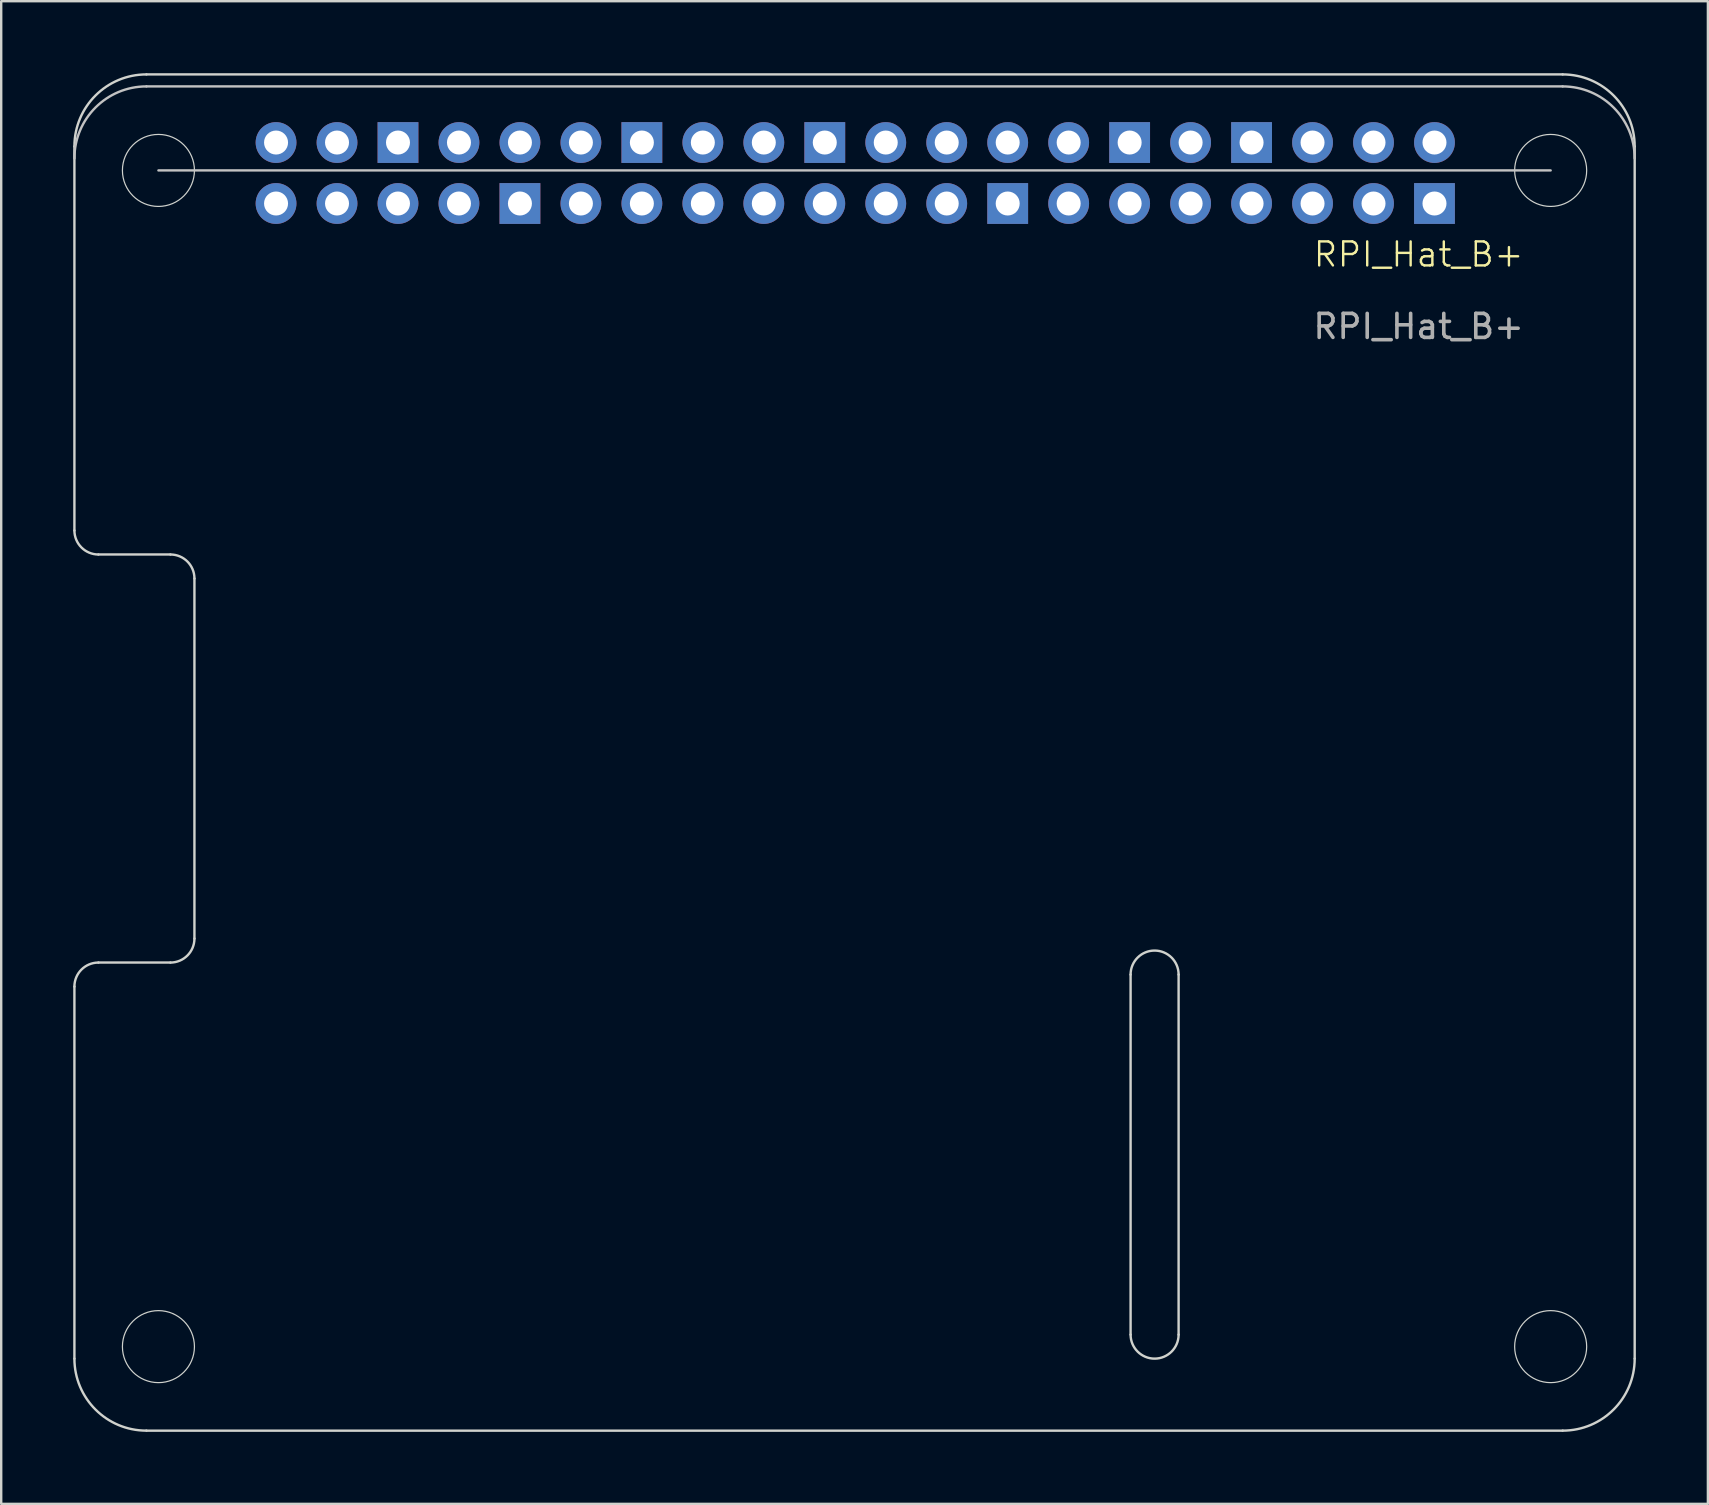
<source format=kicad_pcb>
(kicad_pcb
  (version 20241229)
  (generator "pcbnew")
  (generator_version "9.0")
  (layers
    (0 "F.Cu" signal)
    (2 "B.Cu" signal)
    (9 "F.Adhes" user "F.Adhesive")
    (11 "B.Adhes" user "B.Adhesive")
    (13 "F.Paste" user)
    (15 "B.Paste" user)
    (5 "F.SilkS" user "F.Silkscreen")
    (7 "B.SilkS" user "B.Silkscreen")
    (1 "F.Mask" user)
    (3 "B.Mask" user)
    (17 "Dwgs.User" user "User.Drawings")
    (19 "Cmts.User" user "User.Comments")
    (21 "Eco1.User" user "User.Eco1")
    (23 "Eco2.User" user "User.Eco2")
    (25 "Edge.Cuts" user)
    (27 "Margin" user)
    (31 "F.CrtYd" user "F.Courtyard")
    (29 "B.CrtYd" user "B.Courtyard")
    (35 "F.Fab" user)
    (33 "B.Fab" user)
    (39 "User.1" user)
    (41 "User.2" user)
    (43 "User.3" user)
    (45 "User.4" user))
  (footprint "RPI_Hat_B+"
    (layer "F.Cu")
    (at 32.55 4.05)
    (property "Reference" "RPI_Hat_B+" (at 23.5 3.5 0) (unlocked yes) (layer "F.SilkS") (effects (font (size 1 1) (thickness 0.1))))
    (attr through_hole)
    (fp_line (start -29.5 -3.5) (end 29.5 -3.5) (stroke (width 0.1) (type solid)) (layer "Dwgs.User"))
    (fp_line (start -29 0) (end 29 0) (stroke (width 0.1) (type default)) (layer "Dwgs.User"))
    (fp_arc (start -32.5 -0.5) (mid -31.62132 -2.62132) (end -29.5 -3.5) (stroke (width 0.1) (type solid)) (layer "Dwgs.User"))
    (fp_arc (start 29.5 -3.5) (mid 31.62132 -2.62132) (end 32.5 -0.5) (stroke (width 0.1) (type solid)) (layer "Dwgs.User"))
    (fp_line (start -32.5 -1) (end -32.5 15) (stroke (width 0.1) (type solid)) (layer "Edge.Cuts"))
    (fp_line (start -32.5 34) (end -32.5 49.5) (stroke (width 0.1) (type solid)) (layer "Edge.Cuts"))
    (fp_line (start -31.5 16) (end -28.5 16) (stroke (width 0.1) (type solid)) (layer "Edge.Cuts"))
    (fp_line (start -31.5 33) (end -28.5 33) (stroke (width 0.1) (type solid)) (layer "Edge.Cuts"))
    (fp_line (start -29.5 -4) (end 29.5 -4) (stroke (width 0.1) (type solid)) (layer "Edge.Cuts"))
    (fp_line (start -29.5 52.5) (end 29.5 52.5) (stroke (width 0.1) (type solid)) (layer "Edge.Cuts"))
    (fp_line (start -27.5 17) (end -27.5 32) (stroke (width 0.1) (type solid)) (layer "Edge.Cuts"))
    (fp_line (start 11.5 33.5) (end 11.5 48.5) (stroke (width 0.1) (type solid)) (layer "Edge.Cuts"))
    (fp_line (start 13.5 33.5) (end 13.5 48.5) (stroke (width 0.1) (type solid)) (layer "Edge.Cuts"))
    (fp_line (start 32.5 -1) (end 32.5 49.5) (stroke (width 0.1) (type solid)) (layer "Edge.Cuts"))
    (fp_arc (start -32.5 -1) (mid -31.62132 -3.12132) (end -29.5 -4) (stroke (width 0.1) (type solid)) (layer "Edge.Cuts"))
    (fp_arc (start -32.5 34) (mid -32.207107 33.292893) (end -31.5 33) (stroke (width 0.1) (type solid)) (layer "Edge.Cuts"))
    (fp_arc (start -31.5 16) (mid -32.207107 15.707107) (end -32.5 15) (stroke (width 0.1) (type solid)) (layer "Edge.Cuts"))
    (fp_arc (start -29.5 52.5) (mid -31.62132 51.62132) (end -32.5 49.5) (stroke (width 0.1) (type solid)) (layer "Edge.Cuts"))
    (fp_arc (start -28.5 16) (mid -27.792893 16.292893) (end -27.5 17) (stroke (width 0.1) (type solid)) (layer "Edge.Cuts"))
    (fp_arc (start -27.5 32) (mid -27.792893 32.707107) (end -28.5 33) (stroke (width 0.1) (type solid)) (layer "Edge.Cuts"))
    (fp_arc (start 11.5 33.5) (mid 12.5 32.5) (end 13.5 33.5) (stroke (width 0.1) (type solid)) (layer "Edge.Cuts"))
    (fp_arc (start 13.5 48.5) (mid 12.5 49.5) (end 11.5 48.5) (stroke (width 0.1) (type solid)) (layer "Edge.Cuts"))
    (fp_arc (start 29.5 -4) (mid 31.62132 -3.12132) (end 32.5 -1) (stroke (width 0.1) (type solid)) (layer "Edge.Cuts"))
    (fp_arc (start 32.5 49.5) (mid 31.62132 51.62132) (end 29.5 52.5) (stroke (width 0.1) (type solid)) (layer "Edge.Cuts"))
    (fp_circle (center -29 0) (end -30.5 -0.000001) (stroke (width 0.05) (type default)) (fill no) (layer "Edge.Cuts"))
    (fp_circle (center -29 49) (end -30.5 49) (stroke (width 0.05) (type default)) (fill no) (layer "Edge.Cuts"))
    (fp_circle (center 29 0) (end 30.5 -0.000001) (stroke (width 0.05) (type default)) (fill no) (layer "Edge.Cuts"))
    (fp_circle (center 29 49) (end 30.5 49) (stroke (width 0.05) (type default)) (fill no) (layer "Edge.Cuts"))
    (fp_text user "${REFERENCE}" (at 23.5 6.5 0) (unlocked yes) (layer "F.Fab") (effects (font (size 1 1) (thickness 0.15))))
    (pad "1" thru_hole circle (at -24.1 1.378 90) (size 1.7 1.7) (drill 1) (layers "*.Cu" "*.Mask"))
    (pad "2" thru_hole oval (at -24.1 -1.162 90) (size 1.7 1.7) (drill 1) (layers "*.Cu" "*.Mask"))
    (pad "3" thru_hole oval (at -21.56 1.378 90) (size 1.7 1.7) (drill 1) (layers "*.Cu" "*.Mask"))
    (pad "4" thru_hole oval (at -21.56 -1.162 90) (size 1.7 1.7) (drill 1) (layers "*.Cu" "*.Mask"))
    (pad "5" thru_hole oval (at -19.02 1.378 90) (size 1.7 1.7) (drill 1) (layers "*.Cu" "*.Mask"))
    (pad "6" thru_hole rect (at -19.02 -1.162 90) (size 1.7 1.7) (drill 1) (layers "*.Cu" "*.Mask"))
    (pad "7" thru_hole oval (at -16.48 1.378 90) (size 1.7 1.7) (drill 1) (layers "*.Cu" "*.Mask"))
    (pad "8" thru_hole oval (at -16.48 -1.162 90) (size 1.7 1.7) (drill 1) (layers "*.Cu" "*.Mask"))
    (pad "9" thru_hole rect (at -13.94 1.378 90) (size 1.7 1.7) (drill 1) (layers "*.Cu" "*.Mask"))
    (pad "10" thru_hole oval (at -13.94 -1.162 90) (size 1.7 1.7) (drill 1) (layers "*.Cu" "*.Mask"))
    (pad "11" thru_hole oval (at -11.4 1.378 90) (size 1.7 1.7) (drill 1) (layers "*.Cu" "*.Mask"))
    (pad "12" thru_hole oval (at -11.4 -1.162 90) (size 1.7 1.7) (drill 1) (layers "*.Cu" "*.Mask"))
    (pad "13" thru_hole oval (at -8.86 1.378 90) (size 1.7 1.7) (drill 1) (layers "*.Cu" "*.Mask"))
    (pad "14" thru_hole rect (at -8.86 -1.162 90) (size 1.7 1.7) (drill 1) (layers "*.Cu" "*.Mask"))
    (pad "15" thru_hole oval (at -6.32 1.378 90) (size 1.7 1.7) (drill 1) (layers "*.Cu" "*.Mask"))
    (pad "16" thru_hole oval (at -6.32 -1.162 90) (size 1.7 1.7) (drill 1) (layers "*.Cu" "*.Mask"))
    (pad "17" thru_hole oval (at -3.78 1.378 90) (size 1.7 1.7) (drill 1) (layers "*.Cu" "*.Mask"))
    (pad "18" thru_hole oval (at -3.78 -1.162 90) (size 1.7 1.7) (drill 1) (layers "*.Cu" "*.Mask"))
    (pad "19" thru_hole oval (at -1.24 1.378 90) (size 1.7 1.7) (drill 1) (layers "*.Cu" "*.Mask"))
    (pad "20" thru_hole rect (at -1.24 -1.162 90) (size 1.7 1.7) (drill 1) (layers "*.Cu" "*.Mask"))
    (pad "21" thru_hole oval (at 1.3 1.378 90) (size 1.7 1.7) (drill 1) (layers "*.Cu" "*.Mask"))
    (pad "22" thru_hole oval (at 1.3 -1.162 90) (size 1.7 1.7) (drill 1) (layers "*.Cu" "*.Mask"))
    (pad "23" thru_hole oval (at 3.84 1.378 90) (size 1.7 1.7) (drill 1) (layers "*.Cu" "*.Mask"))
    (pad "24" thru_hole oval (at 3.84 -1.162 90) (size 1.7 1.7) (drill 1) (layers "*.Cu" "*.Mask"))
    (pad "25" thru_hole rect (at 6.38 1.378 90) (size 1.7 1.7) (drill 1) (layers "*.Cu" "*.Mask"))
    (pad "26" thru_hole oval (at 6.38 -1.162 90) (size 1.7 1.7) (drill 1) (layers "*.Cu" "*.Mask"))
    (pad "27" thru_hole oval (at 8.92 1.378 90) (size 1.7 1.7) (drill 1) (layers "*.Cu" "*.Mask"))
    (pad "28" thru_hole oval (at 8.92 -1.162 90) (size 1.7 1.7) (drill 1) (layers "*.Cu" "*.Mask"))
    (pad "29" thru_hole oval (at 11.46 1.378 90) (size 1.7 1.7) (drill 1) (layers "*.Cu" "*.Mask"))
    (pad "30" thru_hole rect (at 11.46 -1.162 90) (size 1.7 1.7) (drill 1) (layers "*.Cu" "*.Mask"))
    (pad "31" thru_hole oval (at 14 1.378 90) (size 1.7 1.7) (drill 1) (layers "*.Cu" "*.Mask"))
    (pad "32" thru_hole oval (at 14 -1.162 90) (size 1.7 1.7) (drill 1) (layers "*.Cu" "*.Mask"))
    (pad "33" thru_hole oval (at 16.54 1.378 90) (size 1.7 1.7) (drill 1) (layers "*.Cu" "*.Mask"))
    (pad "34" thru_hole rect (at 16.54 -1.162 90) (size 1.7 1.7) (drill 1) (layers "*.Cu" "*.Mask"))
    (pad "35" thru_hole oval (at 19.08 1.378 90) (size 1.7 1.7) (drill 1) (layers "*.Cu" "*.Mask"))
    (pad "36" thru_hole oval (at 19.08 -1.162 90) (size 1.7 1.7) (drill 1) (layers "*.Cu" "*.Mask"))
    (pad "37" thru_hole oval (at 21.62 1.378 90) (size 1.7 1.7) (drill 1) (layers "*.Cu" "*.Mask"))
    (pad "38" thru_hole oval (at 21.62 -1.162 90) (size 1.7 1.7) (drill 1) (layers "*.Cu" "*.Mask"))
    (pad "39" thru_hole rect (at 24.16 1.378 90) (size 1.7 1.7) (drill 1) (layers "*.Cu" "*.Mask"))
    (pad "40" thru_hole oval (at 24.16 -1.162 90) (size 1.7 1.7) (drill 1) (layers "*.Cu" "*.Mask")))
  (gr_rect
    (start -3 -3)
    (end 68.1 59.6)
    (stroke (width 0.1) (type default))
    (fill no)
    (layer "Edge.Cuts")))
</source>
